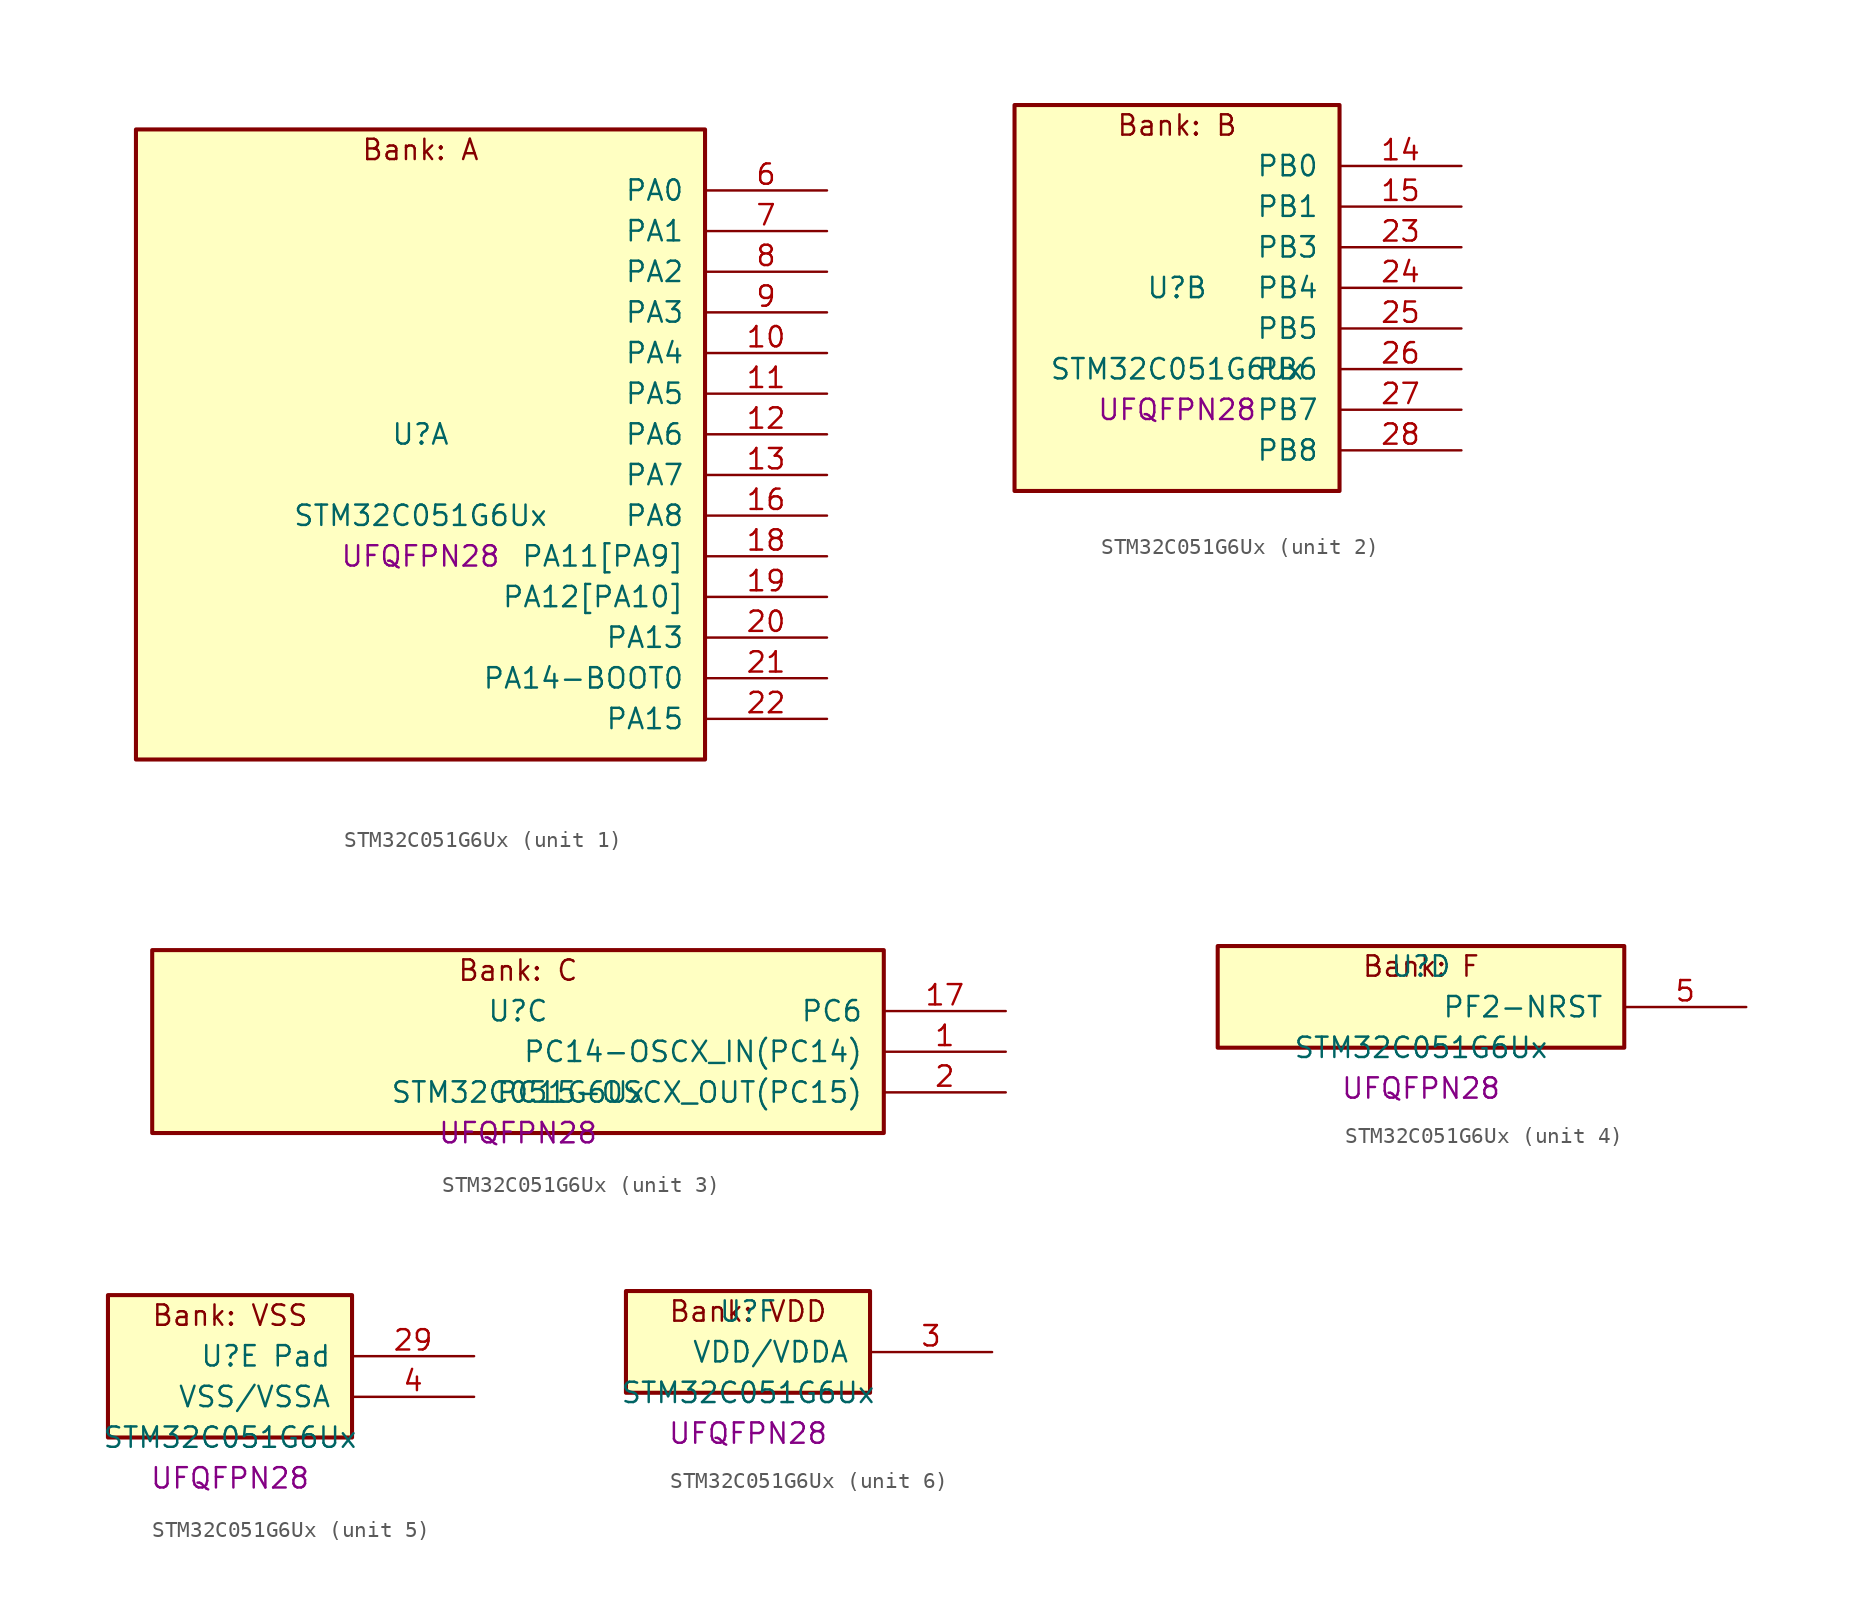
<source format=kicad_sym>
(kicad_symbol_lib
  (version 20241209)
  (generator "stm32_pkl_generator")
  (generator_version "1.0")
  (symbol "STM32C051G6Ux"
    (pin_names
      (offset 1.27))
    (property "Reference" "U"
      (at 0 2.54 0))
    (property "Value" "STM32C051G6Ux"
      (at 0 -2.54 0))
    (property "Footprint" "UFQFPN28"
      (at 0 -5.08 0))
    (symbol "STM32C051G6Ux_1_1"
      (rectangle (start -17.78 21.59) (end 17.78 -17.78) (stroke (width 0.254) (type solid)) (fill (type background)))
      (text "Bank: A" (at 0 20.32 0))
      (pin bidirectional line (at 25.4 17.78 180) (length 7.62) (name "PA0") (number "6") (alternate "PA0/ADC1_IN0" bidirectional line) (alternate "PA0/PWR_WKUP1" bidirectional line) (alternate "PA0/SPI2_SCK" bidirectional line) (alternate "PA0/TIM16_CH1" bidirectional line) (alternate "PA0/TIM1_CH1" bidirectional line) (alternate "PA0/TIM2_CH1" bidirectional line) (alternate "PA0/TIM2_ETR" bidirectional line) (alternate "PA0/USART1_TX" bidirectional line) (alternate "PA0/USART2_CTS" bidirectional line) (alternate "PA0/USART2_NSS" bidirectional line))
      (pin bidirectional line (at 25.4 15.24 180) (length 7.62) (name "PA1") (number "7") (alternate "PA1/ADC1_IN1" bidirectional line) (alternate "PA1/I2C1_SMBA" bidirectional line) (alternate "PA1/I2S1_CK" bidirectional line) (alternate "PA1/SPI1_SCK" bidirectional line) (alternate "PA1/TIM17_CH1" bidirectional line) (alternate "PA1/TIM1_CH2" bidirectional line) (alternate "PA1/TIM2_CH2" bidirectional line) (alternate "PA1/USART1_RX" bidirectional line) (alternate "PA1/USART2_CK" bidirectional line) (alternate "PA1/USART2_DE" bidirectional line) (alternate "PA1/USART2_RTS" bidirectional line))
      (pin bidirectional line (at 25.4 12.7 180) (length 7.62) (name "PA2") (number "8") (alternate "PA2/ADC1_IN2" bidirectional line) (alternate "PA2/I2S1_SD" bidirectional line) (alternate "PA2/PWR_WKUP4" bidirectional line) (alternate "PA2/RCC_LSCO" bidirectional line) (alternate "PA2/SPI1_MOSI" bidirectional line) (alternate "PA2/TIM16_CH1N" bidirectional line) (alternate "PA2/TIM1_CH3" bidirectional line) (alternate "PA2/TIM2_CH3" bidirectional line) (alternate "PA2/TIM3_ETR" bidirectional line) (alternate "PA2/USART2_TX" bidirectional line))
      (pin bidirectional line (at 25.4 10.16 180) (length 7.62) (name "PA3") (number "9") (alternate "PA3/ADC1_IN3" bidirectional line) (alternate "PA3/SPI2_MISO" bidirectional line) (alternate "PA3/TIM1_CH1N" bidirectional line) (alternate "PA3/TIM1_CH4" bidirectional line) (alternate "PA3/TIM2_CH4" bidirectional line) (alternate "PA3/USART2_RX" bidirectional line))
      (pin bidirectional line (at 25.4 7.62 180) (length 7.62) (name "PA4") (number "10") (alternate "PA4/ADC1_IN4" bidirectional line) (alternate "PA4/I2S1_WS" bidirectional line) (alternate "PA4/PWR_WKUP2" bidirectional line) (alternate "PA4/RTC_OUT1" bidirectional line) (alternate "PA4/RTC_TS" bidirectional line) (alternate "PA4/SPI1_NSS" bidirectional line) (alternate "PA4/SPI2_MOSI" bidirectional line) (alternate "PA4/TIM14_CH1" bidirectional line) (alternate "PA4/TIM17_CH1N" bidirectional line) (alternate "PA4/TIM1_CH2N" bidirectional line) (alternate "PA4/USART2_TX" bidirectional line))
      (pin bidirectional line (at 25.4 5.08 180) (length 7.62) (name "PA5") (number "11") (alternate "PA5/ADC1_IN5" bidirectional line) (alternate "PA5/I2S1_CK" bidirectional line) (alternate "PA5/SPI1_SCK" bidirectional line) (alternate "PA5/TIM1_CH1" bidirectional line) (alternate "PA5/TIM1_CH3N" bidirectional line) (alternate "PA5/TIM2_CH1" bidirectional line) (alternate "PA5/TIM2_ETR" bidirectional line) (alternate "PA5/USART2_RX" bidirectional line))
      (pin bidirectional line (at 25.4 2.54 180) (length 7.62) (name "PA6") (number "12") (alternate "PA6/ADC1_IN6" bidirectional line) (alternate "PA6/I2C2_SDA" bidirectional line) (alternate "PA6/I2S1_MCK" bidirectional line) (alternate "PA6/SPI1_MISO" bidirectional line) (alternate "PA6/TIM16_CH1" bidirectional line) (alternate "PA6/TIM1_BKIN" bidirectional line) (alternate "PA6/TIM3_CH1" bidirectional line) (alternate "PA6/USART1_TX" bidirectional line))
      (pin bidirectional line (at 25.4 0 180) (length 7.62) (name "PA7") (number "13") (alternate "PA7/ADC1_IN7" bidirectional line) (alternate "PA7/I2C2_SCL" bidirectional line) (alternate "PA7/I2S1_SD" bidirectional line) (alternate "PA7/SPI1_MOSI" bidirectional line) (alternate "PA7/TIM14_CH1" bidirectional line) (alternate "PA7/TIM17_CH1" bidirectional line) (alternate "PA7/TIM1_CH1N" bidirectional line) (alternate "PA7/TIM3_CH2" bidirectional line) (alternate "PA7/USART1_RX" bidirectional line))
      (pin bidirectional line (at 25.4 -2.54 180) (length 7.62) (name "PA8") (number "16") (alternate "PA8/ADC1_IN8" bidirectional line) (alternate "PA8/I2S1_WS" bidirectional line) (alternate "PA8/RCC_MCO" bidirectional line) (alternate "PA8/RCC_MCO_2" bidirectional line) (alternate "PA8/SPI1_NSS" bidirectional line) (alternate "PA8/SPI2_MISO" bidirectional line) (alternate "PA8/SPI2_NSS" bidirectional line) (alternate "PA8/TIM14_CH1" bidirectional line) (alternate "PA8/TIM1_CH1" bidirectional line) (alternate "PA8/TIM1_CH2N" bidirectional line) (alternate "PA8/TIM1_CH3N" bidirectional line) (alternate "PA8/TIM3_CH3" bidirectional line) (alternate "PA8/TIM3_CH4" bidirectional line) (alternate "PA8/USART1_RX" bidirectional line) (alternate "PA8/USART2_TX" bidirectional line))
      (pin bidirectional line (at 25.4 -5.08 180) (length 7.62) (name "PA11[PA9]") (number "18") (alternate "PA11[PA9]/ADC1_EXTI11" bidirectional line) (alternate "PA11[PA9]/ADC1_IN11" bidirectional line) (alternate "PA11[PA9]/I2C2_SCL" bidirectional line) (alternate "PA11[PA9]/I2S1_MCK" bidirectional line) (alternate "PA11[PA9]/SPI1_MISO" bidirectional line) (alternate "PA11[PA9]/TIM1_BKIN2" bidirectional line) (alternate "PA11[PA9]/TIM1_CH4" bidirectional line) (alternate "PA11[PA9]/USART1_CTS" bidirectional line) (alternate "PA11[PA9]/USART1_NSS" bidirectional line) (alternate "PA11[PA9]/PA9[PA11]" bidirectional line) (alternate "PA11[PA9]/I2C1_SCL" bidirectional line) (alternate "PA11[PA9]/RCC_MCO" bidirectional line) (alternate "PA11[PA9]/SPI2_MISO" bidirectional line) (alternate "PA11[PA9]/TIM1_CH2" bidirectional line) (alternate "PA11[PA9]/TIM3_ETR" bidirectional line) (alternate "PA11[PA9]/USART1_TX" bidirectional line))
      (pin bidirectional line (at 25.4 -7.62 180) (length 7.62) (name "PA12[PA10]") (number "19") (alternate "PA12[PA10]/ADC1_IN12" bidirectional line) (alternate "PA12[PA10]/I2C2_SDA" bidirectional line) (alternate "PA12[PA10]/I2S1_SD" bidirectional line) (alternate "PA12[PA10]/I2S_CKIN" bidirectional line) (alternate "PA12[PA10]/SPI1_MOSI" bidirectional line) (alternate "PA12[PA10]/TIM1_ETR" bidirectional line) (alternate "PA12[PA10]/USART1_CK" bidirectional line) (alternate "PA12[PA10]/USART1_DE" bidirectional line) (alternate "PA12[PA10]/USART1_RTS" bidirectional line) (alternate "PA12[PA10]/PA10[PA12]" bidirectional line) (alternate "PA12[PA10]/I2C1_SDA" bidirectional line) (alternate "PA12[PA10]/RCC_MCO_2" bidirectional line) (alternate "PA12[PA10]/SPI2_MOSI" bidirectional line) (alternate "PA12[PA10]/TIM17_BKIN" bidirectional line) (alternate "PA12[PA10]/TIM1_CH3" bidirectional line) (alternate "PA12[PA10]/USART1_RX" bidirectional line))
      (pin bidirectional line (at 25.4 -10.16 180) (length 7.62) (name "PA13") (number "20") (alternate "PA13/ADC1_IN13" bidirectional line) (alternate "PA13/DEBUG_SWDIO" bidirectional line) (alternate "PA13/IR_OUT" bidirectional line) (alternate "PA13/TIM3_ETR" bidirectional line) (alternate "PA13/USART2_RX" bidirectional line))
      (pin bidirectional line (at 25.4 -12.7 180) (length 7.62) (name "PA14-BOOT0") (number "21") (alternate "PA14-BOOT0/ADC1_IN14" bidirectional line) (alternate "PA14-BOOT0/BOOT0" bidirectional line) (alternate "PA14-BOOT0/DEBUG_SWCLK" bidirectional line) (alternate "PA14-BOOT0/I2S1_WS" bidirectional line) (alternate "PA14-BOOT0/RCC_MCO_2" bidirectional line) (alternate "PA14-BOOT0/SPI1_NSS" bidirectional line) (alternate "PA14-BOOT0/TIM1_CH1" bidirectional line) (alternate "PA14-BOOT0/USART1_CK" bidirectional line) (alternate "PA14-BOOT0/USART1_DE" bidirectional line) (alternate "PA14-BOOT0/USART1_RTS" bidirectional line) (alternate "PA14-BOOT0/USART2_RX" bidirectional line) (alternate "PA14-BOOT0/USART2_TX" bidirectional line))
      (pin bidirectional line (at 25.4 -15.24 180) (length 7.62) (name "PA15") (number "22") (alternate "PA15/I2S1_WS" bidirectional line) (alternate "PA15/RCC_MCO_2" bidirectional line) (alternate "PA15/SPI1_NSS" bidirectional line) (alternate "PA15/TIM1_CH1" bidirectional line) (alternate "PA15/TIM2_CH1" bidirectional line) (alternate "PA15/TIM2_ETR" bidirectional line) (alternate "PA15/USART1_CK" bidirectional line) (alternate "PA15/USART1_DE" bidirectional line) (alternate "PA15/USART1_RTS" bidirectional line) (alternate "PA15/USART2_RX" bidirectional line)))
    (symbol "STM32C051G6Ux_2_1"
      (rectangle (start -10.16 13.97) (end 10.16 -10.16) (stroke (width 0.254) (type solid)) (fill (type background)))
      (text "Bank: B" (at 0 12.7 0))
      (pin bidirectional line (at 17.78 10.16 180) (length 7.62) (name "PB0") (number "14") (alternate "PB0/ADC1_IN17" bidirectional line) (alternate "PB0/I2S1_WS" bidirectional line) (alternate "PB0/SPI1_NSS" bidirectional line) (alternate "PB0/TIM1_CH2N" bidirectional line) (alternate "PB0/TIM3_CH3" bidirectional line))
      (pin bidirectional line (at 17.78 7.62 180) (length 7.62) (name "PB1") (number "15") (alternate "PB1/ADC1_IN18" bidirectional line) (alternate "PB1/TIM14_CH1" bidirectional line) (alternate "PB1/TIM1_CH2N" bidirectional line) (alternate "PB1/TIM1_CH3N" bidirectional line) (alternate "PB1/TIM3_CH4" bidirectional line))
      (pin bidirectional line (at 17.78 5.08 180) (length 7.62) (name "PB3") (number "23") (alternate "PB3/I2C2_SCL" bidirectional line) (alternate "PB3/I2S1_CK" bidirectional line) (alternate "PB3/SPI1_SCK" bidirectional line) (alternate "PB3/TIM1_CH2" bidirectional line) (alternate "PB3/TIM2_CH2" bidirectional line) (alternate "PB3/TIM3_CH2" bidirectional line) (alternate "PB3/USART1_CK" bidirectional line) (alternate "PB3/USART1_DE" bidirectional line) (alternate "PB3/USART1_RTS" bidirectional line))
      (pin bidirectional line (at 17.78 2.54 180) (length 7.62) (name "PB4") (number "24") (alternate "PB4/I2C2_SDA" bidirectional line) (alternate "PB4/I2S1_MCK" bidirectional line) (alternate "PB4/SPI1_MISO" bidirectional line) (alternate "PB4/TIM17_BKIN" bidirectional line) (alternate "PB4/TIM3_CH1" bidirectional line) (alternate "PB4/USART1_CTS" bidirectional line) (alternate "PB4/USART1_NSS" bidirectional line))
      (pin bidirectional line (at 17.78 0 180) (length 7.62) (name "PB5") (number "25") (alternate "PB5/I2C1_SMBA" bidirectional line) (alternate "PB5/I2S1_SD" bidirectional line) (alternate "PB5/PWR_WKUP6" bidirectional line) (alternate "PB5/SPI1_MOSI" bidirectional line) (alternate "PB5/TIM16_BKIN" bidirectional line) (alternate "PB5/TIM3_CH2" bidirectional line) (alternate "PB5/TIM3_CH3" bidirectional line))
      (pin bidirectional line (at 17.78 -2.54 180) (length 7.62) (name "PB6") (number "26") (alternate "PB6/I2C1_SCL" bidirectional line) (alternate "PB6/I2C1_SMBA" bidirectional line) (alternate "PB6/I2S1_CK" bidirectional line) (alternate "PB6/I2S1_MCK" bidirectional line) (alternate "PB6/I2S1_SD" bidirectional line) (alternate "PB6/PWR_WKUP3" bidirectional line) (alternate "PB6/SPI1_MISO" bidirectional line) (alternate "PB6/SPI1_MOSI" bidirectional line) (alternate "PB6/SPI1_SCK" bidirectional line) (alternate "PB6/SPI2_MISO" bidirectional line) (alternate "PB6/TIM16_BKIN" bidirectional line) (alternate "PB6/TIM16_CH1N" bidirectional line) (alternate "PB6/TIM17_BKIN" bidirectional line) (alternate "PB6/TIM1_CH2" bidirectional line) (alternate "PB6/TIM1_CH3" bidirectional line) (alternate "PB6/TIM3_CH1" bidirectional line) (alternate "PB6/TIM3_CH2" bidirectional line) (alternate "PB6/TIM3_CH3" bidirectional line) (alternate "PB6/USART1_CTS" bidirectional line) (alternate "PB6/USART1_NSS" bidirectional line) (alternate "PB6/USART1_TX" bidirectional line))
      (pin bidirectional line (at 17.78 -5.08 180) (length 7.62) (name "PB7") (number "27") (alternate "PB7/I2C1_SCL" bidirectional line) (alternate "PB7/I2C1_SDA" bidirectional line) (alternate "PB7/RTC_REFIN" bidirectional line) (alternate "PB7/SPI2_MOSI" bidirectional line) (alternate "PB7/TIM16_CH1" bidirectional line) (alternate "PB7/TIM17_CH1N" bidirectional line) (alternate "PB7/TIM1_CH1" bidirectional line) (alternate "PB7/TIM1_CH4" bidirectional line) (alternate "PB7/TIM3_CH1" bidirectional line) (alternate "PB7/TIM3_CH4" bidirectional line) (alternate "PB7/USART1_RX" bidirectional line) (alternate "PB7/USART2_CTS" bidirectional line) (alternate "PB7/USART2_NSS" bidirectional line))
      (pin bidirectional line (at 17.78 -7.62 180) (length 7.62) (name "PB8") (number "28") (alternate "PB8/I2C1_SCL" bidirectional line) (alternate "PB8/SPI2_SCK" bidirectional line) (alternate "PB8/TIM16_CH1" bidirectional line) (alternate "PB8/TIM3_CH1" bidirectional line) (alternate "PB8/USART2_CTS" bidirectional line) (alternate "PB8/USART2_NSS" bidirectional line)))
    (symbol "STM32C051G6Ux_3_1"
      (rectangle (start -22.86 6.35) (end 22.86 -5.08) (stroke (width 0.254) (type solid)) (fill (type background)))
      (text "Bank: C" (at 0 5.08 0))
      (pin bidirectional line (at 30.48 2.54 180) (length 7.62) (name "PC6") (number "17") (alternate "PC6/TIM2_CH3" bidirectional line) (alternate "PC6/TIM3_CH1" bidirectional line))
      (pin bidirectional line (at 30.48 0 180) (length 7.62) (name "PC14-OSCX_IN(PC14)") (number "1") (alternate "PC14-OSCX_IN(PC14)/I2C1_SDA" bidirectional line) (alternate "PC14-OSCX_IN(PC14)/IR_OUT" bidirectional line) (alternate "PC14-OSCX_IN(PC14)/RCC_OSCX_IN" bidirectional line) (alternate "PC14-OSCX_IN(PC14)/SPI2_NSS" bidirectional line) (alternate "PC14-OSCX_IN(PC14)/TIM17_CH1" bidirectional line) (alternate "PC14-OSCX_IN(PC14)/TIM1_BKIN2" bidirectional line) (alternate "PC14-OSCX_IN(PC14)/TIM1_ETR" bidirectional line) (alternate "PC14-OSCX_IN(PC14)/TIM3_CH2" bidirectional line) (alternate "PC14-OSCX_IN(PC14)/USART1_RX" bidirectional line) (alternate "PC14-OSCX_IN(PC14)/USART1_TX" bidirectional line) (alternate "PC14-OSCX_IN(PC14)/USART2_CK" bidirectional line) (alternate "PC14-OSCX_IN(PC14)/USART2_DE" bidirectional line) (alternate "PC14-OSCX_IN(PC14)/USART2_RTS" bidirectional line))
      (pin bidirectional line (at 30.48 -2.54 180) (length 7.62) (name "PC15-OSCX_OUT(PC15)") (number "2") (alternate "PC15-OSCX_OUT(PC15)/RCC_OSC32_EN" bidirectional line) (alternate "PC15-OSCX_OUT(PC15)/RCC_OSCX_OUT" bidirectional line) (alternate "PC15-OSCX_OUT(PC15)/RCC_OSC_EN" bidirectional line) (alternate "PC15-OSCX_OUT(PC15)/TIM1_CH2" bidirectional line) (alternate "PC15-OSCX_OUT(PC15)/TIM1_ETR" bidirectional line) (alternate "PC15-OSCX_OUT(PC15)/TIM3_CH3" bidirectional line)))
    (symbol "STM32C051G6Ux_4_1"
      (rectangle (start -12.7 3.81) (end 12.7 -2.54) (stroke (width 0.254) (type solid)) (fill (type background)))
      (text "Bank: F" (at 0 2.54 0))
      (pin bidirectional line (at 20.32 0 180) (length 7.62) (name "PF2-NRST") (number "5") (alternate "PF2-NRST/RCC_MCO" bidirectional line) (alternate "PF2-NRST/TIM1_CH4" bidirectional line)))
    (symbol "STM32C051G6Ux_5_1"
      (rectangle (start -7.62 6.35) (end 7.62 -2.54) (stroke (width 0.254) (type solid)) (fill (type background)))
      (text "Bank: VSS" (at 0 5.08 0))
      (pin passive line (at 15.24 2.54 180) (length 7.62) (name "Pad") (number "29"))
      (pin power_in line (at 15.24 0 180) (length 7.62) (name "VSS/VSSA") (number "4")))
    (symbol "STM32C051G6Ux_6_1"
      (rectangle (start -7.62 3.81) (end 7.62 -2.54) (stroke (width 0.254) (type solid)) (fill (type background)))
      (text "Bank: VDD" (at 0 2.54 0))
      (pin power_in line (at 15.24 0 180) (length 7.62) (name "VDD/VDDA") (number "3")))))
</source>
